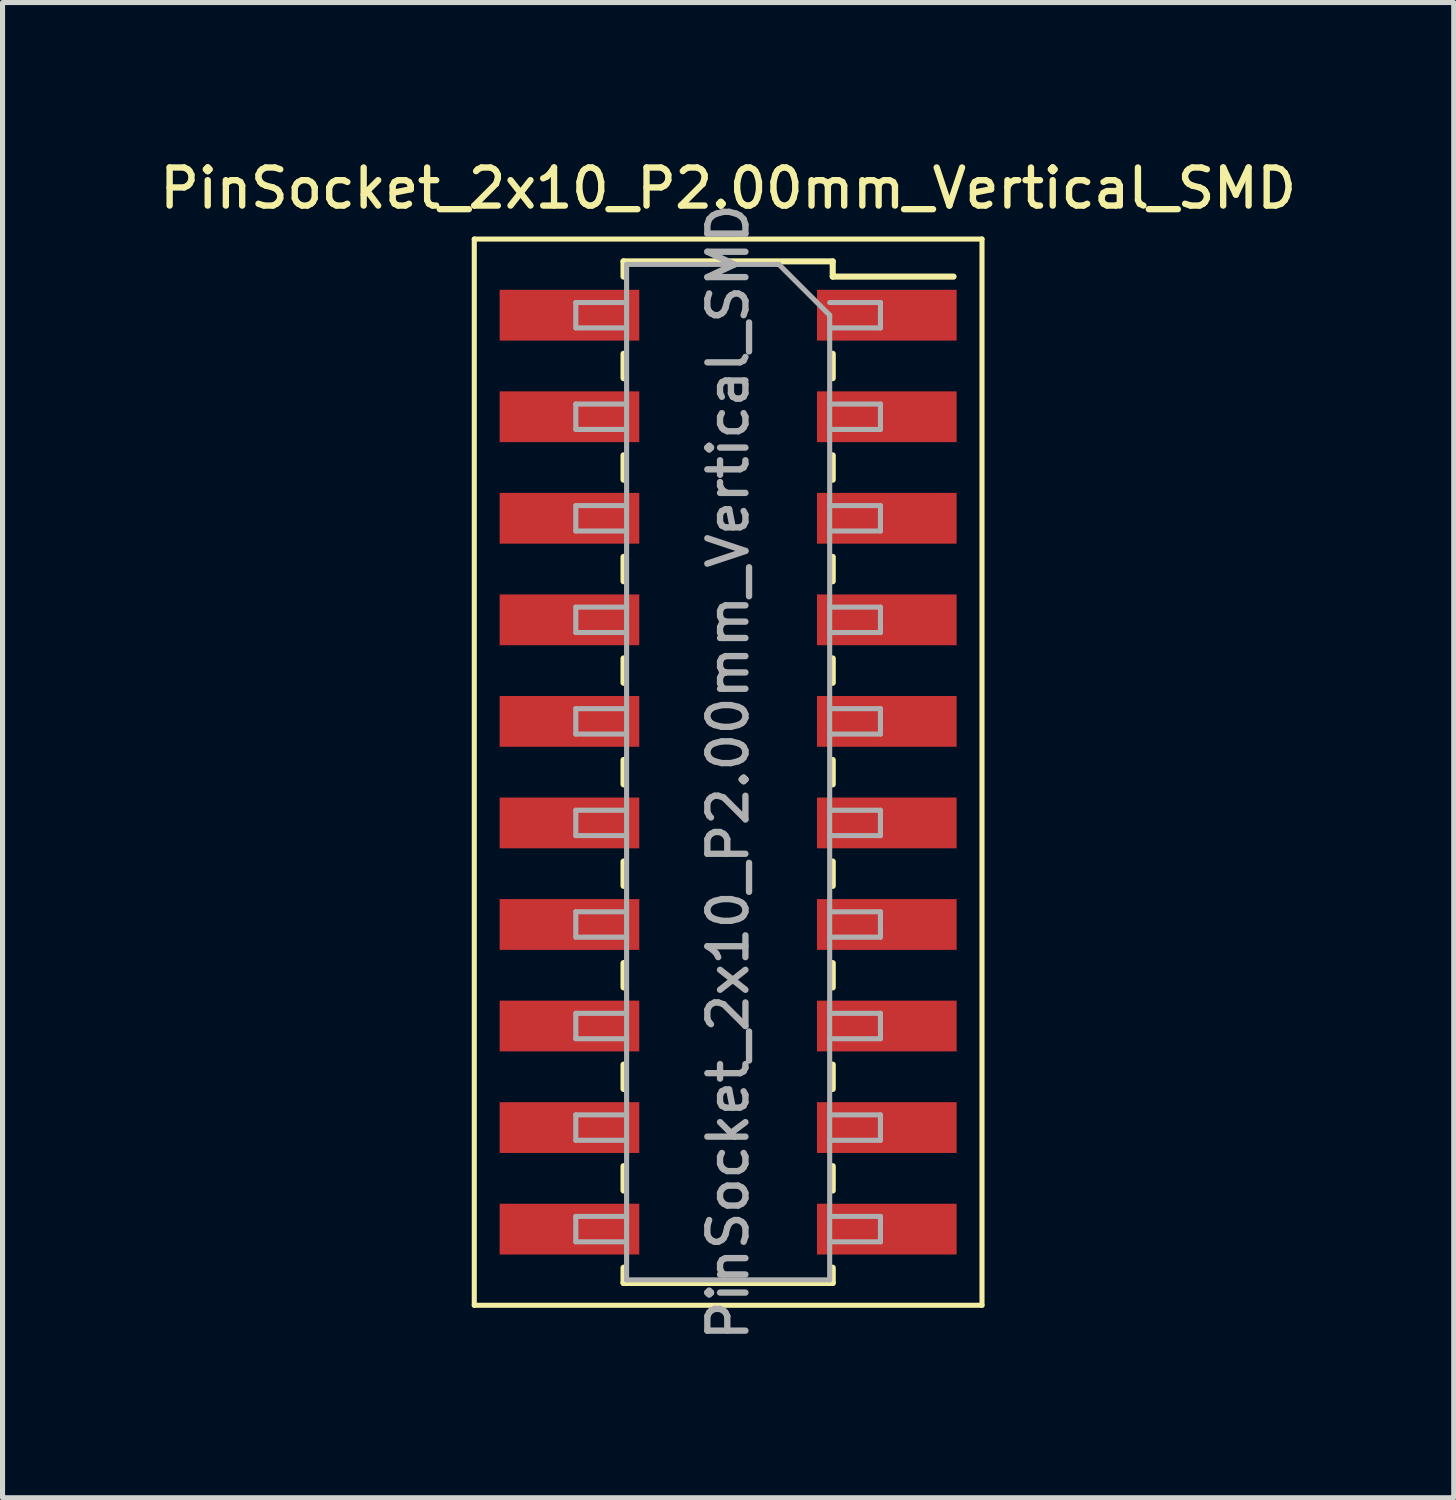
<source format=kicad_pcb>
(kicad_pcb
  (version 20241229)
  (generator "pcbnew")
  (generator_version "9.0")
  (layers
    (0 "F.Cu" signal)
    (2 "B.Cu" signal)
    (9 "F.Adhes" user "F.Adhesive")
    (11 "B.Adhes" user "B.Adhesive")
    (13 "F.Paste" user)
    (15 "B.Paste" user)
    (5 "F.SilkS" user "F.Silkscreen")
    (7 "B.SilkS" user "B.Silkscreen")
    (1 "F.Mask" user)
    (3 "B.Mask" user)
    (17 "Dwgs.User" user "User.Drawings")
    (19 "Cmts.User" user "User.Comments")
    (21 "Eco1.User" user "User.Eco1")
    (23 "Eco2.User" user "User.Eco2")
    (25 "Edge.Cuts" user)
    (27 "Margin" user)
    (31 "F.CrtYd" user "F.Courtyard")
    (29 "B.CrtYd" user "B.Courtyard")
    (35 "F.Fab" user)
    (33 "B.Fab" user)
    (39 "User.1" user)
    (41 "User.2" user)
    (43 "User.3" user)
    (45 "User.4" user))
  (footprint "PinSocket_2x10_P2.00mm_Vertical_SMD"
    (layer "F.Cu")
    (at 11.291 12.158)
    (property "Reference" "PinSocket_2x10_P2.00mm_Vertical_SMD" (at 0 -11.5 0) (layer "F.SilkS") (effects (font (size 0.75 0.75) (thickness 0.125))))
    (attr smd)
    (fp_line (start -5 -10.5) (end 5 -10.5) (stroke (width 0.1) (type solid)) (layer "F.SilkS"))
    (fp_line (start -5 10.5) (end -5 -10.5) (stroke (width 0.1) (type solid)) (layer "F.SilkS"))
    (fp_line (start -2.06 -10.06) (end -2.06 -9.76) (stroke (width 0.12) (type solid)) (layer "F.SilkS"))
    (fp_line (start -2.06 -10.06) (end 2.06 -10.06) (stroke (width 0.12) (type solid)) (layer "F.SilkS"))
    (fp_line (start -2.06 -8.24) (end -2.06 -7.76) (stroke (width 0.12) (type solid)) (layer "F.SilkS"))
    (fp_line (start -2.06 -6.24) (end -2.06 -5.76) (stroke (width 0.12) (type solid)) (layer "F.SilkS"))
    (fp_line (start -2.06 -4.24) (end -2.06 -3.76) (stroke (width 0.12) (type solid)) (layer "F.SilkS"))
    (fp_line (start -2.06 -2.24) (end -2.06 -1.76) (stroke (width 0.12) (type solid)) (layer "F.SilkS"))
    (fp_line (start -2.06 -0.24) (end -2.06 0.24) (stroke (width 0.12) (type solid)) (layer "F.SilkS"))
    (fp_line (start -2.06 1.76) (end -2.06 2.24) (stroke (width 0.12) (type solid)) (layer "F.SilkS"))
    (fp_line (start -2.06 3.76) (end -2.06 4.24) (stroke (width 0.12) (type solid)) (layer "F.SilkS"))
    (fp_line (start -2.06 5.76) (end -2.06 6.24) (stroke (width 0.12) (type solid)) (layer "F.SilkS"))
    (fp_line (start -2.06 7.76) (end -2.06 8.24) (stroke (width 0.12) (type solid)) (layer "F.SilkS"))
    (fp_line (start -2.06 9.76) (end -2.06 10.06) (stroke (width 0.12) (type solid)) (layer "F.SilkS"))
    (fp_line (start -2.06 10.06) (end 2.06 10.06) (stroke (width 0.12) (type solid)) (layer "F.SilkS"))
    (fp_line (start 2.06 -10.06) (end 2.06 -9.76) (stroke (width 0.12) (type solid)) (layer "F.SilkS"))
    (fp_line (start 2.06 -9.76) (end 4.44 -9.76) (stroke (width 0.12) (type solid)) (layer "F.SilkS"))
    (fp_line (start 2.06 -8.24) (end 2.06 -7.76) (stroke (width 0.12) (type solid)) (layer "F.SilkS"))
    (fp_line (start 2.06 -6.24) (end 2.06 -5.76) (stroke (width 0.12) (type solid)) (layer "F.SilkS"))
    (fp_line (start 2.06 -4.24) (end 2.06 -3.76) (stroke (width 0.12) (type solid)) (layer "F.SilkS"))
    (fp_line (start 2.06 -2.24) (end 2.06 -1.76) (stroke (width 0.12) (type solid)) (layer "F.SilkS"))
    (fp_line (start 2.06 -0.24) (end 2.06 0.24) (stroke (width 0.12) (type solid)) (layer "F.SilkS"))
    (fp_line (start 2.06 1.76) (end 2.06 2.24) (stroke (width 0.12) (type solid)) (layer "F.SilkS"))
    (fp_line (start 2.06 3.76) (end 2.06 4.24) (stroke (width 0.12) (type solid)) (layer "F.SilkS"))
    (fp_line (start 2.06 5.76) (end 2.06 6.24) (stroke (width 0.12) (type solid)) (layer "F.SilkS"))
    (fp_line (start 2.06 7.76) (end 2.06 8.24) (stroke (width 0.12) (type solid)) (layer "F.SilkS"))
    (fp_line (start 2.06 9.76) (end 2.06 10.06) (stroke (width 0.12) (type solid)) (layer "F.SilkS"))
    (fp_line (start 5 -10.5) (end 5 10.5) (stroke (width 0.1) (type solid)) (layer "F.SilkS"))
    (fp_line (start 5 10.5) (end -5 10.5) (stroke (width 0.1) (type solid)) (layer "F.SilkS"))
    (fp_line (start -3 -9.25) (end -2 -9.25) (stroke (width 0.1) (type solid)) (layer "F.Fab"))
    (fp_line (start -3 -8.75) (end -3 -9.25) (stroke (width 0.1) (type solid)) (layer "F.Fab"))
    (fp_line (start -3 -7.25) (end -2 -7.25) (stroke (width 0.1) (type solid)) (layer "F.Fab"))
    (fp_line (start -3 -6.75) (end -3 -7.25) (stroke (width 0.1) (type solid)) (layer "F.Fab"))
    (fp_line (start -3 -5.25) (end -2 -5.25) (stroke (width 0.1) (type solid)) (layer "F.Fab"))
    (fp_line (start -3 -4.75) (end -3 -5.25) (stroke (width 0.1) (type solid)) (layer "F.Fab"))
    (fp_line (start -3 -3.25) (end -2 -3.25) (stroke (width 0.1) (type solid)) (layer "F.Fab"))
    (fp_line (start -3 -2.75) (end -3 -3.25) (stroke (width 0.1) (type solid)) (layer "F.Fab"))
    (fp_line (start -3 -1.25) (end -2 -1.25) (stroke (width 0.1) (type solid)) (layer "F.Fab"))
    (fp_line (start -3 -0.75) (end -3 -1.25) (stroke (width 0.1) (type solid)) (layer "F.Fab"))
    (fp_line (start -3 0.75) (end -2 0.75) (stroke (width 0.1) (type solid)) (layer "F.Fab"))
    (fp_line (start -3 1.25) (end -3 0.75) (stroke (width 0.1) (type solid)) (layer "F.Fab"))
    (fp_line (start -3 2.75) (end -2 2.75) (stroke (width 0.1) (type solid)) (layer "F.Fab"))
    (fp_line (start -3 3.25) (end -3 2.75) (stroke (width 0.1) (type solid)) (layer "F.Fab"))
    (fp_line (start -3 4.75) (end -2 4.75) (stroke (width 0.1) (type solid)) (layer "F.Fab"))
    (fp_line (start -3 5.25) (end -3 4.75) (stroke (width 0.1) (type solid)) (layer "F.Fab"))
    (fp_line (start -3 6.75) (end -2 6.75) (stroke (width 0.1) (type solid)) (layer "F.Fab"))
    (fp_line (start -3 7.25) (end -3 6.75) (stroke (width 0.1) (type solid)) (layer "F.Fab"))
    (fp_line (start -3 8.75) (end -2 8.75) (stroke (width 0.1) (type solid)) (layer "F.Fab"))
    (fp_line (start -3 9.25) (end -3 8.75) (stroke (width 0.1) (type solid)) (layer "F.Fab"))
    (fp_line (start -2 -10) (end 1 -10) (stroke (width 0.1) (type solid)) (layer "F.Fab"))
    (fp_line (start -2 -8.75) (end -3 -8.75) (stroke (width 0.1) (type solid)) (layer "F.Fab"))
    (fp_line (start -2 -6.75) (end -3 -6.75) (stroke (width 0.1) (type solid)) (layer "F.Fab"))
    (fp_line (start -2 -4.75) (end -3 -4.75) (stroke (width 0.1) (type solid)) (layer "F.Fab"))
    (fp_line (start -2 -2.75) (end -3 -2.75) (stroke (width 0.1) (type solid)) (layer "F.Fab"))
    (fp_line (start -2 -0.75) (end -3 -0.75) (stroke (width 0.1) (type solid)) (layer "F.Fab"))
    (fp_line (start -2 1.25) (end -3 1.25) (stroke (width 0.1) (type solid)) (layer "F.Fab"))
    (fp_line (start -2 3.25) (end -3 3.25) (stroke (width 0.1) (type solid)) (layer "F.Fab"))
    (fp_line (start -2 5.25) (end -3 5.25) (stroke (width 0.1) (type solid)) (layer "F.Fab"))
    (fp_line (start -2 7.25) (end -3 7.25) (stroke (width 0.1) (type solid)) (layer "F.Fab"))
    (fp_line (start -2 9.25) (end -3 9.25) (stroke (width 0.1) (type solid)) (layer "F.Fab"))
    (fp_line (start -2 10) (end -2 -10) (stroke (width 0.1) (type solid)) (layer "F.Fab"))
    (fp_line (start 1 -10) (end 2 -9) (stroke (width 0.1) (type solid)) (layer "F.Fab"))
    (fp_line (start 2 -9.25) (end 3 -9.25) (stroke (width 0.1) (type solid)) (layer "F.Fab"))
    (fp_line (start 2 -9) (end 2 10) (stroke (width 0.1) (type solid)) (layer "F.Fab"))
    (fp_line (start 2 -7.25) (end 3 -7.25) (stroke (width 0.1) (type solid)) (layer "F.Fab"))
    (fp_line (start 2 -5.25) (end 3 -5.25) (stroke (width 0.1) (type solid)) (layer "F.Fab"))
    (fp_line (start 2 -3.25) (end 3 -3.25) (stroke (width 0.1) (type solid)) (layer "F.Fab"))
    (fp_line (start 2 -1.25) (end 3 -1.25) (stroke (width 0.1) (type solid)) (layer "F.Fab"))
    (fp_line (start 2 0.75) (end 3 0.75) (stroke (width 0.1) (type solid)) (layer "F.Fab"))
    (fp_line (start 2 2.75) (end 3 2.75) (stroke (width 0.1) (type solid)) (layer "F.Fab"))
    (fp_line (start 2 4.75) (end 3 4.75) (stroke (width 0.1) (type solid)) (layer "F.Fab"))
    (fp_line (start 2 6.75) (end 3 6.75) (stroke (width 0.1) (type solid)) (layer "F.Fab"))
    (fp_line (start 2 8.75) (end 3 8.75) (stroke (width 0.1) (type solid)) (layer "F.Fab"))
    (fp_line (start 2 10) (end -2 10) (stroke (width 0.1) (type solid)) (layer "F.Fab"))
    (fp_line (start 3 -9.25) (end 3 -8.75) (stroke (width 0.1) (type solid)) (layer "F.Fab"))
    (fp_line (start 3 -8.75) (end 2 -8.75) (stroke (width 0.1) (type solid)) (layer "F.Fab"))
    (fp_line (start 3 -7.25) (end 3 -6.75) (stroke (width 0.1) (type solid)) (layer "F.Fab"))
    (fp_line (start 3 -6.75) (end 2 -6.75) (stroke (width 0.1) (type solid)) (layer "F.Fab"))
    (fp_line (start 3 -5.25) (end 3 -4.75) (stroke (width 0.1) (type solid)) (layer "F.Fab"))
    (fp_line (start 3 -4.75) (end 2 -4.75) (stroke (width 0.1) (type solid)) (layer "F.Fab"))
    (fp_line (start 3 -3.25) (end 3 -2.75) (stroke (width 0.1) (type solid)) (layer "F.Fab"))
    (fp_line (start 3 -2.75) (end 2 -2.75) (stroke (width 0.1) (type solid)) (layer "F.Fab"))
    (fp_line (start 3 -1.25) (end 3 -0.75) (stroke (width 0.1) (type solid)) (layer "F.Fab"))
    (fp_line (start 3 -0.75) (end 2 -0.75) (stroke (width 0.1) (type solid)) (layer "F.Fab"))
    (fp_line (start 3 0.75) (end 3 1.25) (stroke (width 0.1) (type solid)) (layer "F.Fab"))
    (fp_line (start 3 1.25) (end 2 1.25) (stroke (width 0.1) (type solid)) (layer "F.Fab"))
    (fp_line (start 3 2.75) (end 3 3.25) (stroke (width 0.1) (type solid)) (layer "F.Fab"))
    (fp_line (start 3 3.25) (end 2 3.25) (stroke (width 0.1) (type solid)) (layer "F.Fab"))
    (fp_line (start 3 4.75) (end 3 5.25) (stroke (width 0.1) (type solid)) (layer "F.Fab"))
    (fp_line (start 3 5.25) (end 2 5.25) (stroke (width 0.1) (type solid)) (layer "F.Fab"))
    (fp_line (start 3 6.75) (end 3 7.25) (stroke (width 0.1) (type solid)) (layer "F.Fab"))
    (fp_line (start 3 7.25) (end 2 7.25) (stroke (width 0.1) (type solid)) (layer "F.Fab"))
    (fp_line (start 3 8.75) (end 3 9.25) (stroke (width 0.1) (type solid)) (layer "F.Fab"))
    (fp_line (start 3 9.25) (end 2 9.25) (stroke (width 0.1) (type solid)) (layer "F.Fab"))
    (fp_text user "${REFERENCE}" (at 0 0 90) (layer "F.Fab") (effects (font (size 0.75 0.75) (thickness 0.125))))
    (pad "1" smd rect (at 3.125 -9) (size 2.75 1) (layers "F.Cu" "F.Mask" "F.Paste"))
    (pad "2" smd rect (at -3.125 -9) (size 2.75 1) (layers "F.Cu" "F.Mask" "F.Paste"))
    (pad "3" smd rect (at 3.125 -7) (size 2.75 1) (layers "F.Cu" "F.Mask" "F.Paste"))
    (pad "4" smd rect (at -3.125 -7) (size 2.75 1) (layers "F.Cu" "F.Mask" "F.Paste"))
    (pad "5" smd rect (at 3.125 -5) (size 2.75 1) (layers "F.Cu" "F.Mask" "F.Paste"))
    (pad "6" smd rect (at -3.125 -5) (size 2.75 1) (layers "F.Cu" "F.Mask" "F.Paste"))
    (pad "7" smd rect (at 3.125 -3) (size 2.75 1) (layers "F.Cu" "F.Mask" "F.Paste"))
    (pad "8" smd rect (at -3.125 -3) (size 2.75 1) (layers "F.Cu" "F.Mask" "F.Paste"))
    (pad "9" smd rect (at 3.125 -1) (size 2.75 1) (layers "F.Cu" "F.Mask" "F.Paste"))
    (pad "10" smd rect (at -3.125 -1) (size 2.75 1) (layers "F.Cu" "F.Mask" "F.Paste"))
    (pad "11" smd rect (at 3.125 1) (size 2.75 1) (layers "F.Cu" "F.Mask" "F.Paste"))
    (pad "12" smd rect (at -3.125 1) (size 2.75 1) (layers "F.Cu" "F.Mask" "F.Paste"))
    (pad "13" smd rect (at 3.125 3) (size 2.75 1) (layers "F.Cu" "F.Mask" "F.Paste"))
    (pad "14" smd rect (at -3.125 3) (size 2.75 1) (layers "F.Cu" "F.Mask" "F.Paste"))
    (pad "15" smd rect (at 3.125 5) (size 2.75 1) (layers "F.Cu" "F.Mask" "F.Paste"))
    (pad "16" smd rect (at -3.125 5) (size 2.75 1) (layers "F.Cu" "F.Mask" "F.Paste"))
    (pad "17" smd rect (at 3.125 7) (size 2.75 1) (layers "F.Cu" "F.Mask" "F.Paste"))
    (pad "18" smd rect (at -3.125 7) (size 2.75 1) (layers "F.Cu" "F.Mask" "F.Paste"))
    (pad "19" smd rect (at 3.125 9) (size 2.75 1) (layers "F.Cu" "F.Mask" "F.Paste"))
    (pad "20" smd rect (at -3.125 9) (size 2.75 1) (layers "F.Cu" "F.Mask" "F.Paste")))
  (gr_rect
    (start -3 -3)
    (end 25.582 26.449)
    (stroke (width 0.1) (type default))
    (fill no)
    (layer "Edge.Cuts")))
</source>
